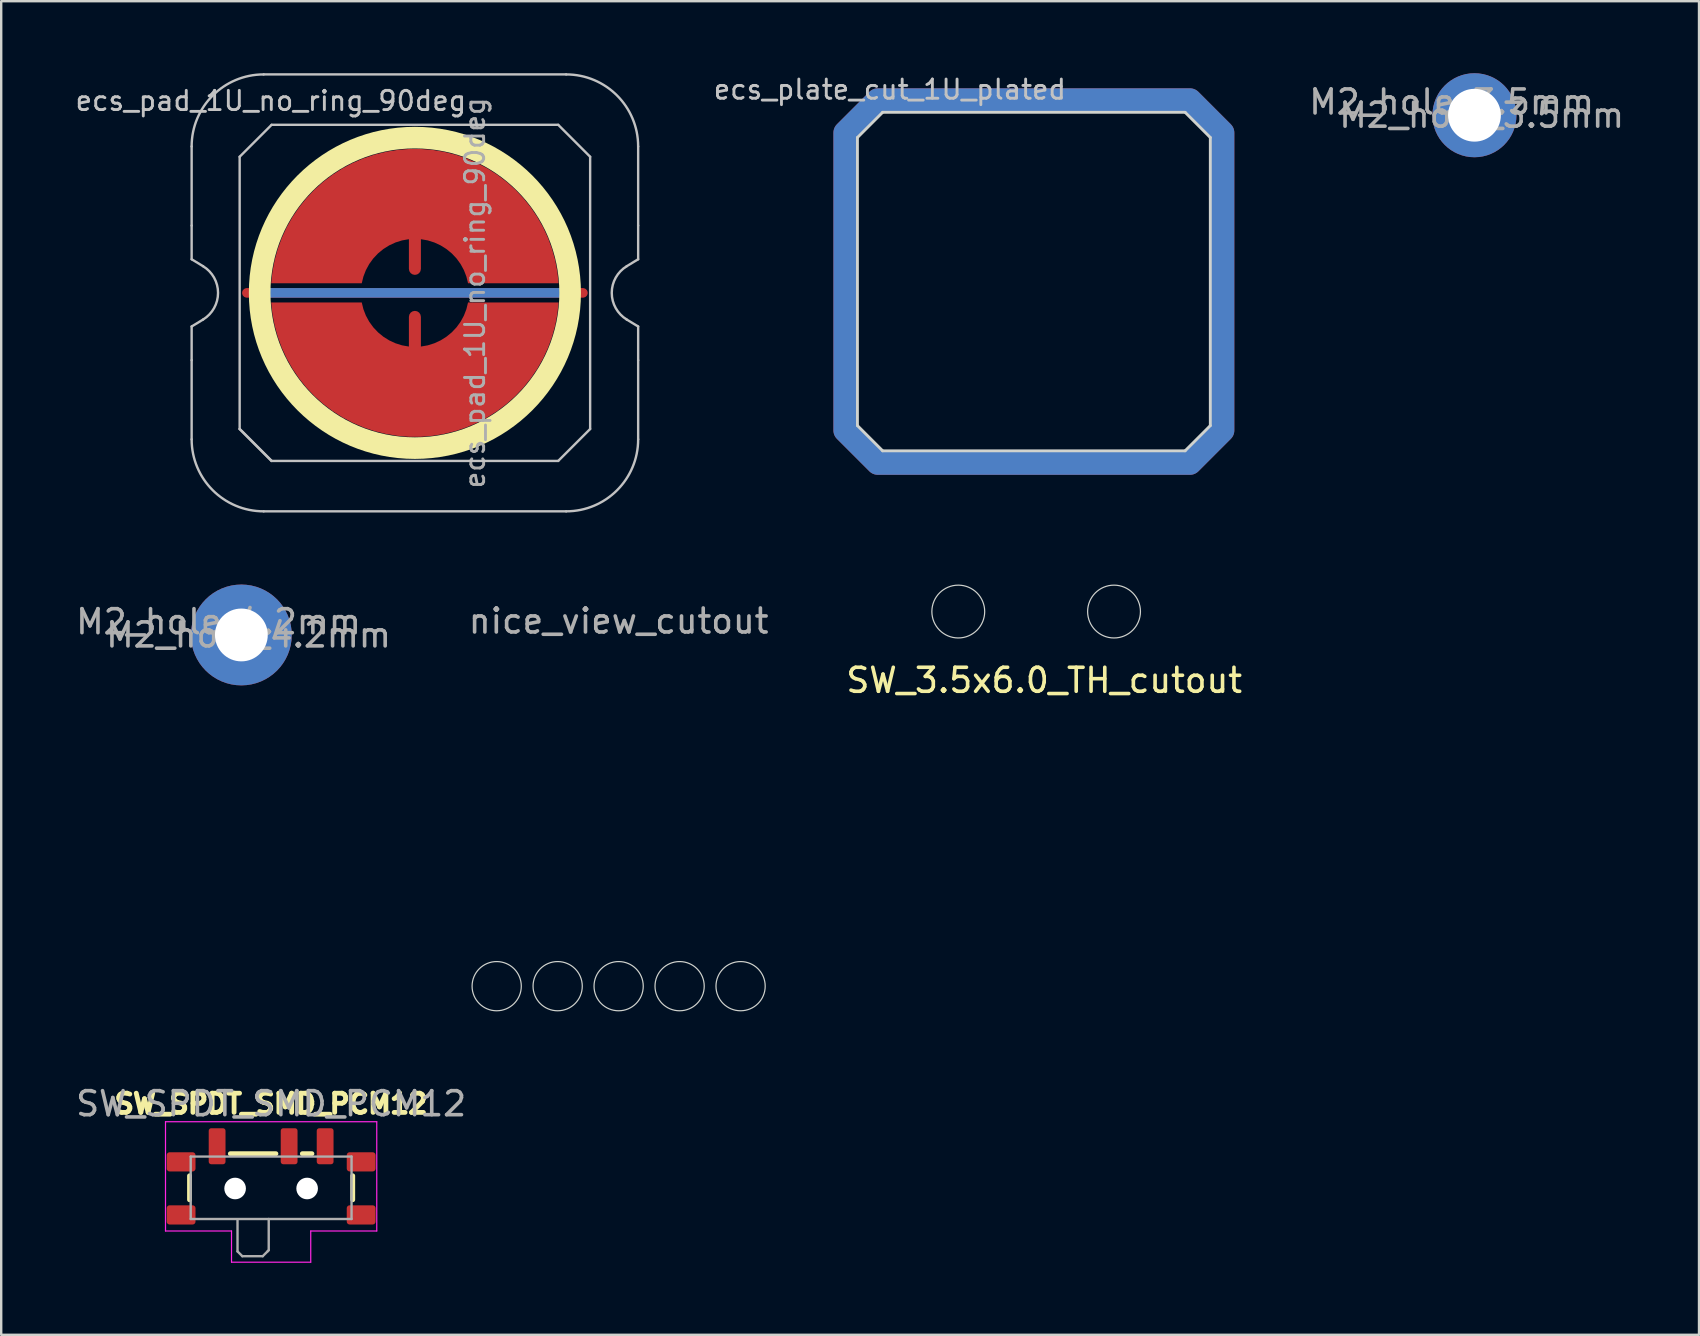
<source format=kicad_pcb>
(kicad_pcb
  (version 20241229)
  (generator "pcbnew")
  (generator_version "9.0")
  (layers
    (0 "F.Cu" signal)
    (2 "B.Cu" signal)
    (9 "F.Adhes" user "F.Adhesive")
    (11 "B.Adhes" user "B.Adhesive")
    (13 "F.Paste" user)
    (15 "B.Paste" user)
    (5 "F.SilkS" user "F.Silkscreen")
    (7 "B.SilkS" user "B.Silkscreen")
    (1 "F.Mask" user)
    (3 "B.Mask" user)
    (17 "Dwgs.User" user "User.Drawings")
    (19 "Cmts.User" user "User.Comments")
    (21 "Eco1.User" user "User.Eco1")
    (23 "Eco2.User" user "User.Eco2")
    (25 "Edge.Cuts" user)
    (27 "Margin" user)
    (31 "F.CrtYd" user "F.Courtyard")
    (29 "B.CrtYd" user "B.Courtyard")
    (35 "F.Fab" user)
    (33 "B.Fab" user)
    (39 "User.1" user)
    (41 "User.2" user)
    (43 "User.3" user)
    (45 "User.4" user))
  (footprint "ecs_plate_cut_1U_plated"
    (layer "F.Cu")
    (at 40.017 8.679)
    (property "Reference" "ecs_plate_cut_1U_plated" (at -6 -8 0) (layer "Dwgs.User") (effects (font (size 0.8 0.8) (thickness 0.12))))
    (attr smd)
    (fp_poly (pts (xy 6.5 -7.55) (xy 7.85 -6.2) (xy 7.85 6.2) (xy 6.5 7.55) (xy -6.5 7.55) (xy -7.85 6.2) (xy -7.85 -6.2) (xy -6.5 -7.55)) (stroke (width 1) (type solid)) (fill no) (layer "F.Cu"))
    (fp_poly (pts (xy 6.5 -7.55) (xy 7.85 -6.2) (xy 7.85 6.2) (xy 6.5 7.55) (xy -6.5 7.55) (xy -7.85 6.2) (xy -7.85 -6.2) (xy -6.5 -7.55)) (stroke (width 1) (type solid)) (fill no) (layer "F.Mask"))
    (fp_poly (pts (xy 6.5 -7.55) (xy 7.85 -6.2) (xy 7.85 6.2) (xy 6.5 7.55) (xy -6.5 7.55) (xy -7.85 6.2) (xy -7.85 -6.2) (xy -6.5 -7.55)) (stroke (width 1) (type solid)) (fill no) (layer "B.Cu"))
    (fp_poly (pts (xy 6.5 -7.55) (xy 7.85 -6.2) (xy 7.85 6.2) (xy 6.5 7.55) (xy -6.5 7.55) (xy -7.85 6.2) (xy -7.85 -6.2) (xy -6.5 -7.55)) (stroke (width 1) (type solid)) (fill no) (layer "B.Mask"))
    (fp_line (start -7.35 -6) (end -7.35 6) (stroke (width 0.12) (type solid)) (layer "Edge.Cuts"))
    (fp_line (start -7.35 6) (end -6.3 7.05) (stroke (width 0.12) (type solid)) (layer "Edge.Cuts"))
    (fp_line (start -6.3 -7.05) (end -7.35 -6) (stroke (width 0.12) (type solid)) (layer "Edge.Cuts"))
    (fp_line (start -6.3 7.05) (end 6.3 7.05) (stroke (width 0.12) (type solid)) (layer "Edge.Cuts"))
    (fp_line (start 6.3 -7.05) (end -6.3 -7.05) (stroke (width 0.12) (type solid)) (layer "Edge.Cuts"))
    (fp_line (start 6.3 -7.05) (end 7.35 -6) (stroke (width 0.12) (type solid)) (layer "Edge.Cuts"))
    (fp_line (start 6.3 7.05) (end 7.35 6) (stroke (width 0.12) (type solid)) (layer "Edge.Cuts"))
    (fp_line (start 7.35 6) (end 7.35 -6) (stroke (width 0.12) (type solid)) (layer "Edge.Cuts")))
  (footprint "SW_3.5x6.0_TH_cutout"
    (layer "F.Cu")
    (at 40.345 22.471)
    (property "Reference" "SW_3.5x6.0_TH_cutout" (at 0.102 2.819 0) (layer "F.SilkS") (effects (font (size 1 1) (thickness 0.15))))
    (attr through_hole)
    (fp_circle (center -3.477 -0.046) (end -2.377 -0.046) (stroke (width 0.05) (type default)) (fill no) (layer "Edge.Cuts"))
    (fp_circle (center 3.011 -0.046) (end 4.111 -0.046) (stroke (width 0.05) (type default)) (fill no) (layer "Edge.Cuts")))
  (footprint "M2_hole_4.2mm"
    (layer "F.Cu")
    (at 7.004 23.4)
    (property "Reference" "M2_hole_4.2mm" (at -0.95 -0.55 0) (layer "F.Fab") (effects (font (size 1 1) (thickness 0.15))))
    (attr exclude_from_pos_files exclude_from_bom)
    (fp_text user "${REFERENCE}" (at 0.3 0 0) (layer "F.Fab") (effects (font (size 1 1) (thickness 0.15))))
    (pad "" thru_hole circle (at 0 0) (size 4.2 4.2) (drill 2.2) (layers "*.Cu" "*.Mask")))
  (footprint "M2_hole_3.5mm"
    (layer "F.Cu")
    (at 58.37 1.75)
    (property "Reference" "M2_hole_3.5mm" (at -0.95 -0.55 0) (layer "F.Fab") (effects (font (size 1 1) (thickness 0.15))))
    (attr exclude_from_pos_files exclude_from_bom)
    (fp_text user "${REFERENCE}" (at 0.3 0 0) (layer "F.Fab") (effects (font (size 1 1) (thickness 0.15))))
    (pad "" thru_hole circle (at 0 0) (size 3.5 3.5) (drill 2.2) (layers "*.Cu" "*.Mask")))
  (footprint "nice_view_cutout"
    (layer "F.Cu")
    (at 22.72 21.55)
    (property "Reference" "nice_view_cutout" (at 0 1.27 0) (unlocked yes) (layer "F.Fab") (effects (font (size 1 1) (thickness 0.15))))
    (attr through_hole)
    (fp_circle (center -5.08 16.48) (end -4.055 16.48) (stroke (width 0.05) (type default)) (fill no) (layer "Edge.Cuts"))
    (fp_circle (center -2.54 16.48) (end -1.515 16.48) (stroke (width 0.05) (type default)) (fill no) (layer "Edge.Cuts"))
    (fp_circle (center 0 16.48) (end 1.025 16.48) (stroke (width 0.05) (type default)) (fill no) (layer "Edge.Cuts"))
    (fp_circle (center 2.54 16.48) (end 3.565 16.48) (stroke (width 0.05) (type default)) (fill no) (layer "Edge.Cuts"))
    (fp_circle (center 5.08 16.48) (end 6.105 16.48) (stroke (width 0.05) (type default)) (fill no) (layer "Edge.Cuts")))
  (footprint "SW_SPDT_SMD_PCM12"
    (layer "F.Cu")
    (at 8.244 46.128)
    (property "Reference" "SW_SPDT_SMD_PCM12" (at 0 -3.2 0) (layer "F.SilkS") (effects (font (size 0.8 0.8) (thickness 0.2))))
    (attr smd)
    (fp_line (start -3.4 -0.2) (end -3.4 0.8) (stroke (width 0.2) (type solid)) (layer "F.SilkS"))
    (fp_line (start -1.7 -1.12) (end 0.2 -1.12) (stroke (width 0.2) (type solid)) (layer "F.SilkS"))
    (fp_line (start 1.3 -1.12) (end 1.7 -1.12) (stroke (width 0.2) (type solid)) (layer "F.SilkS"))
    (fp_line (start 3.4 0.8) (end 3.4 -0.2) (stroke (width 0.2) (type solid)) (layer "F.SilkS"))
    (fp_line (start -4.4 -2.45) (end 4.4 -2.45) (stroke (width 0.05) (type solid)) (layer "F.CrtYd"))
    (fp_line (start -4.4 2.1) (end -4.4 -2.45) (stroke (width 0.05) (type solid)) (layer "F.CrtYd"))
    (fp_line (start -1.65 2.1) (end -4.4 2.1) (stroke (width 0.05) (type solid)) (layer "F.CrtYd"))
    (fp_line (start -1.65 3.4) (end -1.65 2.1) (stroke (width 0.05) (type solid)) (layer "F.CrtYd"))
    (fp_line (start 1.65 2.1) (end 1.65 3.4) (stroke (width 0.05) (type solid)) (layer "F.CrtYd"))
    (fp_line (start 1.65 3.4) (end -1.65 3.4) (stroke (width 0.05) (type solid)) (layer "F.CrtYd"))
    (fp_line (start 4.4 -2.45) (end 4.4 2.1) (stroke (width 0.05) (type solid)) (layer "F.CrtYd"))
    (fp_line (start 4.4 2.1) (end 1.65 2.1) (stroke (width 0.05) (type solid)) (layer "F.CrtYd"))
    (fp_line (start -3.35 -1) (end -3.35 1.6) (stroke (width 0.1) (type solid)) (layer "F.Fab"))
    (fp_line (start -3.35 1.6) (end 3.35 1.6) (stroke (width 0.1) (type solid)) (layer "F.Fab"))
    (fp_line (start -1.4 1.65) (end -1.4 2.95) (stroke (width 0.1) (type solid)) (layer "F.Fab"))
    (fp_line (start -1.4 2.95) (end -1.2 3.15) (stroke (width 0.1) (type solid)) (layer "F.Fab"))
    (fp_line (start -1.2 3.15) (end -0.35 3.15) (stroke (width 0.1) (type solid)) (layer "F.Fab"))
    (fp_line (start -0.35 3.15) (end -0.15 2.95) (stroke (width 0.1) (type solid)) (layer "F.Fab"))
    (fp_line (start -0.15 2.95) (end -0.1 2.9) (stroke (width 0.1) (type solid)) (layer "F.Fab"))
    (fp_line (start -0.1 2.9) (end -0.1 1.6) (stroke (width 0.1) (type solid)) (layer "F.Fab"))
    (fp_line (start 3.35 -1) (end -3.35 -1) (stroke (width 0.1) (type solid)) (layer "F.Fab"))
    (fp_line (start 3.35 1.6) (end 3.35 -1) (stroke (width 0.1) (type solid)) (layer "F.Fab"))
    (fp_text user "${REFERENCE}" (at 0 -3.2 0) (layer "F.Fab") (effects (font (size 1 1) (thickness 0.15))))
    (pad "" smd roundrect (at -3.75 -0.78) (size 1.2 0.8) (layers "F.Cu" "F.Mask" "F.Paste") (roundrect_rratio 0.15))
    (pad "" smd roundrect (at -3.75 1.43) (size 1.2 0.8) (layers "F.Cu" "F.Mask" "F.Paste") (roundrect_rratio 0.15))
    (pad "" np_thru_hole circle (at -1.5 0.33) (size 0.9 0.9) (drill 0.9) (layers "*.Cu" "*.Mask"))
    (pad "" np_thru_hole circle (at 1.5 0.33) (size 0.9 0.9) (drill 0.9) (layers "*.Cu" "*.Mask"))
    (pad "" smd roundrect (at 3.75 -0.78) (size 1.2 0.8) (layers "F.Cu" "F.Mask" "F.Paste") (roundrect_rratio 0.15))
    (pad "" smd roundrect (at 3.75 1.43) (size 1.2 0.8) (layers "F.Cu" "F.Mask" "F.Paste") (roundrect_rratio 0.15))
    (pad "1" smd roundrect (at -2.25 -1.43) (size 0.7 1.5) (layers "F.Cu" "F.Mask" "F.Paste") (roundrect_rratio 0.15))
    (pad "2" smd roundrect (at 0.75 -1.43) (size 0.7 1.5) (layers "F.Cu" "F.Mask" "F.Paste") (roundrect_rratio 0.15))
    (pad "3" smd roundrect (at 2.25 -1.43) (size 0.7 1.5) (layers "F.Cu" "F.Mask" "F.Paste") (roundrect_rratio 0.15)))
  (footprint "ecs_pad_1U_no_ring_90deg"
    (layer "F.Cu")
    (at 14.233 9.15)
    (property "Reference" "ecs_pad_1U_no_ring_90deg" (at -6 -8 0) (layer "Dwgs.User") (effects (font (size 0.8 0.8) (thickness 0.12))))
    (attr smd)
    (fp_circle (center 0 0) (end 0 6.467) (stroke (width 0.9) (type solid)) (fill no) (layer "F.SilkS"))
    (fp_line (start -9.3 -2.805) (end -9.3 -6.1) (stroke (width 0.1) (type solid)) (layer "Dwgs.User"))
    (fp_line (start -9.3 -1.4) (end -9.3 -2.805) (stroke (width 0.1) (type solid)) (layer "Dwgs.User"))
    (fp_line (start -9.3 1.4) (end -8.824 1.111) (stroke (width 0.1) (type solid)) (layer "Dwgs.User"))
    (fp_line (start -9.3 2.805) (end -9.3 1.4) (stroke (width 0.1) (type solid)) (layer "Dwgs.User"))
    (fp_line (start -9.3 6.1) (end -9.3 2.805) (stroke (width 0.1) (type solid)) (layer "Dwgs.User"))
    (fp_line (start -8.824 -1.111) (end -9.3 -1.4) (stroke (width 0.1) (type solid)) (layer "Dwgs.User"))
    (fp_line (start -7.3 -5.67) (end -5.97 -7) (stroke (width 0.1) (type solid)) (layer "Dwgs.User"))
    (fp_line (start -7.3 5.67) (end -7.3 -5.67) (stroke (width 0.1) (type solid)) (layer "Dwgs.User"))
    (fp_line (start -7.3 5.67) (end -5.97 7) (stroke (width 0.1) (type solid)) (layer "Dwgs.User"))
    (fp_line (start -6.3 -9.1) (end 6.3 -9.1) (stroke (width 0.1) (type solid)) (layer "Dwgs.User"))
    (fp_line (start -5.97 -7) (end 5.97 -7) (stroke (width 0.1) (type solid)) (layer "Dwgs.User"))
    (fp_line (start -5.97 7) (end -7.3 5.67) (stroke (width 0.1) (type solid)) (layer "Dwgs.User"))
    (fp_line (start 5.97 -7) (end 7.3 -5.67) (stroke (width 0.1) (type solid)) (layer "Dwgs.User"))
    (fp_line (start 5.97 7) (end -5.97 7) (stroke (width 0.1) (type solid)) (layer "Dwgs.User"))
    (fp_line (start 6.3 9.1) (end -6.3 9.1) (stroke (width 0.1) (type solid)) (layer "Dwgs.User"))
    (fp_line (start 7.3 -5.67) (end 7.3 5.67) (stroke (width 0.1) (type solid)) (layer "Dwgs.User"))
    (fp_line (start 7.3 5.67) (end 5.97 7) (stroke (width 0.1) (type solid)) (layer "Dwgs.User"))
    (fp_line (start 8.824 1.111) (end 9.3 1.4) (stroke (width 0.1) (type solid)) (layer "Dwgs.User"))
    (fp_line (start 9.3 -6.1) (end 9.3 -2.805) (stroke (width 0.1) (type solid)) (layer "Dwgs.User"))
    (fp_line (start 9.3 -2.805) (end 9.3 -1.4) (stroke (width 0.1) (type solid)) (layer "Dwgs.User"))
    (fp_line (start 9.3 -1.4) (end 8.824 -1.111) (stroke (width 0.1) (type solid)) (layer "Dwgs.User"))
    (fp_line (start 9.3 1.4) (end 9.3 2.805) (stroke (width 0.1) (type solid)) (layer "Dwgs.User"))
    (fp_line (start 9.3 2.805) (end 9.3 6.1) (stroke (width 0.1) (type solid)) (layer "Dwgs.User"))
    (fp_arc (start -9.3 -6.1) (mid -8.42132 -8.22132) (end -6.3 -9.1) (stroke (width 0.1) (type solid)) (layer "Dwgs.User"))
    (fp_arc (start -8.824333 -1.110619) (mid -8.2 0) (end -8.824333 1.110619) (stroke (width 0.1) (type solid)) (layer "Dwgs.User"))
    (fp_arc (start -6.3 9.1) (mid -8.42132 8.22132) (end -9.3 6.1) (stroke (width 0.1) (type solid)) (layer "Dwgs.User"))
    (fp_arc (start 6.3 -9.1) (mid 8.42132 -8.22132) (end 9.3 -6.1) (stroke (width 0.1) (type solid)) (layer "Dwgs.User"))
    (fp_arc (start 8.824333 1.110619) (mid 8.2 0) (end 8.824333 -1.110619) (stroke (width 0.1) (type solid)) (layer "Dwgs.User"))
    (fp_arc (start 9.3 6.1) (mid 8.42132 8.22132) (end 6.3 9.1) (stroke (width 0.1) (type solid)) (layer "Dwgs.User"))
    (fp_text user "${REFERENCE}" (at 2.5 0 270) (layer "F.Fab") (effects (font (size 0.8 0.8) (thickness 0.12))))
    (pad "1" smd custom (at 0 -1 270) (size 0.4 0.4) (layers "F.Cu") (options (anchor circle)) (primitives (gr_poly (pts (xy 0.6 -2.214) (xy 0.32 -2.145) (xy 0.052 -2.041) (xy -0.201 -1.903) (xy -0.434 -1.734) (xy -0.644 -1.536) (xy -0.826 -1.314) (xy -0.979 -1.07) (xy -1.1 -0.808) (xy -1.186 -0.534) (xy -1.236 -0.25) (xy 0 -0.25) (xy 0.096 -0.231) (xy 0.177 -0.177) (xy 0.231 -0.096) (xy 0.25 0) (xy 0.231 0.096) (xy 0.177 0.177) (xy 0.096 0.231) (xy 0 0.25) (xy -1.236 0.25) (xy -1.186 0.534) (xy -1.1 0.808) (xy -0.979 1.07) (xy -0.826 1.314) (xy -0.644 1.536) (xy -0.434 1.734) (xy -0.201 1.903) (xy 0.052 2.041) (xy 0.32 2.145) (xy 0.6 2.214) (xy 0.6 5.987) (xy 0.115 5.934) (xy -0.364 5.843) (xy -0.834 5.713) (xy -1.292 5.545) (xy -1.735 5.341) (xy -2.159 5.101) (xy -2.563 4.827) (xy -2.943 4.522) (xy -3.298 4.187) (xy -3.623 3.824) (xy -3.919 3.436) (xy -4.182 3.025) (xy -4.41 2.594) (xy -4.603 2.147) (xy -4.759 1.684) (xy -4.876 1.211) (xy -4.955 0.73) (xy -4.995 0.244) (xy -4.995 -0.244) (xy -4.955 -0.73) (xy -4.876 -1.211) (xy -4.759 -1.684) (xy -4.603 -2.147) (xy -4.41 -2.594) (xy -4.182 -3.025) (xy -3.919 -3.436) (xy -3.623 -3.824) (xy -3.298 -4.187) (xy -2.943 -4.522) (xy -2.563 -4.827) (xy -2.159 -5.101) (xy -1.735 -5.341) (xy -1.292 -5.545) (xy -0.834 -5.713) (xy -0.364 -5.843) (xy 0.115 -5.934) (xy 0.6 -5.987)) (width 0) (fill yes))))
    (pad "2" smd custom (at 0 1 90) (size 0.4 0.4) (layers "F.Cu") (options (anchor circle)) (primitives (gr_poly (pts (xy 0.6 -2.214) (xy 0.32 -2.145) (xy 0.052 -2.041) (xy -0.201 -1.903) (xy -0.434 -1.734) (xy -0.644 -1.536) (xy -0.826 -1.314) (xy -0.979 -1.07) (xy -1.1 -0.808) (xy -1.186 -0.534) (xy -1.236 -0.25) (xy 0 -0.25) (xy 0.096 -0.231) (xy 0.177 -0.177) (xy 0.231 -0.096) (xy 0.25 0) (xy 0.231 0.096) (xy 0.177 0.177) (xy 0.096 0.231) (xy 0 0.25) (xy -1.236 0.25) (xy -1.186 0.534) (xy -1.1 0.808) (xy -0.979 1.07) (xy -0.826 1.314) (xy -0.644 1.536) (xy -0.434 1.734) (xy -0.201 1.903) (xy 0.052 2.041) (xy 0.32 2.145) (xy 0.6 2.214) (xy 0.6 5.987) (xy 0.115 5.934) (xy -0.364 5.843) (xy -0.834 5.713) (xy -1.292 5.545) (xy -1.735 5.341) (xy -2.159 5.101) (xy -2.563 4.827) (xy -2.943 4.522) (xy -3.298 4.187) (xy -3.623 3.824) (xy -3.919 3.436) (xy -4.182 3.025) (xy -4.41 2.594) (xy -4.603 2.147) (xy -4.759 1.684) (xy -4.876 1.211) (xy -4.955 0.73) (xy -4.995 0.244) (xy -4.995 -0.244) (xy -4.955 -0.73) (xy -4.876 -1.211) (xy -4.759 -1.684) (xy -4.603 -2.147) (xy -4.41 -2.594) (xy -4.182 -3.025) (xy -3.919 -3.436) (xy -3.623 -3.824) (xy -3.298 -4.187) (xy -2.943 -4.522) (xy -2.563 -4.827) (xy -2.159 -5.101) (xy -1.735 -5.341) (xy -1.292 -5.545) (xy -0.834 -5.713) (xy -0.364 -5.843) (xy 0.115 -5.934) (xy 0.6 -5.987)) (width 0) (fill yes))))
    (pad "3" smd custom (at 0 0 270) (size 0.4 0.4) (layers "F.Cu") (options (anchor rect)) (primitives (gr_line (start 0 -7) (end 0 7) (width 0.4))))
    (pad "3" smd custom (at 0 0 270) (size 0.4 0.4) (layers "B.Cu") (options (anchor rect)) (primitives (gr_line (start 0 -6.5) (end 0 6.5) (width 0.4))))
    (zone (net_name "") (layer "F.Cu") (hatch edge 0.508) (connect_pads) (min_thickness 0.254) (filled_areas_thickness no) (keepout (tracks allowed) (vias allowed) (pads allowed) (copperpour not_allowed) (footprints allowed)) (placement (enabled no)) (fill) (polygon (pts (xy 21.238 9.15) (xy 21.219 8.637) (xy 21.163 8.127) (xy 21.07 7.622) (xy 20.939 7.125) (xy 20.773 6.64) (xy 20.572 6.167) (xy 20.336 5.711) (xy 20.068 5.274) (xy 19.768 4.857) (xy 19.439 4.463) (xy 19.082 4.094) (xy 18.698 3.753) (xy 18.291 3.44) (xy 17.862 3.158) (xy 17.413 2.909) (xy 16.948 2.692) (xy 16.468 2.511) (xy 15.975 2.365) (xy 15.474 2.256) (xy 14.966 2.183) (xy 14.453 2.149) (xy 13.94 2.151) (xy 13.428 2.192) (xy 12.921 2.269) (xy 12.42 2.384) (xy 11.93 2.535) (xy 11.451 2.721) (xy 10.988 2.942) (xy 10.542 3.197) (xy 10.116 3.483) (xy 9.712 3.8) (xy 9.332 4.145) (xy 8.979 4.518) (xy 8.654 4.915) (xy 8.359 5.335) (xy 8.095 5.775) (xy 7.864 6.234) (xy 7.668 6.708) (xy 7.507 7.196) (xy 7.382 7.694) (xy 7.293 8.199) (xy 7.242 8.71) (xy 7.229 9.223) (xy 7.253 9.736) (xy 7.315 10.246) (xy 7.414 10.75) (xy 7.549 11.245) (xy 7.72 11.729) (xy 7.927 12.199) (xy 8.167 12.652) (xy 8.44 13.087) (xy 8.744 13.501) (xy 9.077 13.891) (xy 9.438 14.256) (xy 9.825 14.594) (xy 10.236 14.902) (xy 10.668 15.179) (xy 11.119 15.424) (xy 11.587 15.636) (xy 12.069 15.812) (xy 12.562 15.953) (xy 13.065 16.057) (xy 13.574 16.124) (xy 14.087 16.153) (xy 14.6 16.145) (xy 15.111 16.1) (xy 15.618 16.017) (xy 16.117 15.897) (xy 16.606 15.741) (xy 17.082 15.549) (xy 17.544 15.323) (xy 17.987 15.064) (xy 18.41 14.774) (xy 18.81 14.453) (xy 19.187 14.103) (xy 19.536 13.727) (xy 19.857 13.326) (xy 20.148 12.903) (xy 20.407 12.46) (xy 20.633 11.999) (xy 20.824 11.523) (xy 20.98 11.034) (xy 21.1 10.535) (xy 21.183 10.028) (xy 21.229 9.517))))
    (zone (net_name "") (layer "B.Cu") (hatch edge 0.508) (connect_pads) (min_thickness 0.254) (filled_areas_thickness no) (keepout (tracks allowed) (vias allowed) (pads allowed) (copperpour not_allowed) (footprints allowed)) (placement (enabled no)) (fill) (polygon (pts (xy 20.792 9.15) (xy 20.771 8.635) (xy 20.711 8.124) (xy 20.61 7.619) (xy 20.471 7.123) (xy 20.292 6.64) (xy 20.077 6.173) (xy 19.825 5.723) (xy 19.539 5.295) (xy 19.22 4.891) (xy 18.871 4.513) (xy 18.493 4.163) (xy 18.088 3.844) (xy 17.66 3.558) (xy 17.211 3.307) (xy 16.743 3.091) (xy 16.26 2.913) (xy 15.764 2.773) (xy 15.259 2.672) (xy 14.748 2.612) (xy 14.233 2.592) (xy 13.719 2.612) (xy 13.207 2.672) (xy 12.702 2.773) (xy 12.207 2.913) (xy 11.724 3.091) (xy 11.256 3.307) (xy 10.807 3.558) (xy 10.378 3.844) (xy 9.974 4.163) (xy 9.596 4.513) (xy 9.246 4.891) (xy 8.928 5.295) (xy 8.642 5.723) (xy 8.39 6.173) (xy 8.174 6.64) (xy 7.996 7.123) (xy 7.856 7.619) (xy 7.756 8.124) (xy 7.695 8.635) (xy 7.675 9.15) (xy 7.695 9.665) (xy 7.756 10.176) (xy 7.856 10.681) (xy 7.996 11.177) (xy 8.174 11.66) (xy 8.39 12.127) (xy 8.642 12.577) (xy 8.928 13.005) (xy 9.246 13.409) (xy 9.596 13.787) (xy 9.974 14.137) (xy 10.378 14.456) (xy 10.807 14.742) (xy 11.256 14.993) (xy 11.724 15.209) (xy 12.207 15.387) (xy 12.702 15.527) (xy 13.207 15.628) (xy 13.719 15.688) (xy 14.233 15.708) (xy 14.748 15.688) (xy 15.259 15.628) (xy 15.764 15.527) (xy 16.26 15.387) (xy 16.743 15.209) (xy 17.211 14.993) (xy 17.66 14.742) (xy 18.088 14.456) (xy 18.493 14.137) (xy 18.871 13.787) (xy 19.22 13.409) (xy 19.539 13.005) (xy 19.825 12.577) (xy 20.077 12.127) (xy 20.292 11.66) (xy 20.471 11.177) (xy 20.61 10.681) (xy 20.711 10.176) (xy 20.771 9.665)))))
  (gr_rect
    (start -3 -3)
    (end 67.724 52.553)
    (stroke (width 0.1) (type default))
    (fill no)
    (layer "Edge.Cuts")))
</source>
